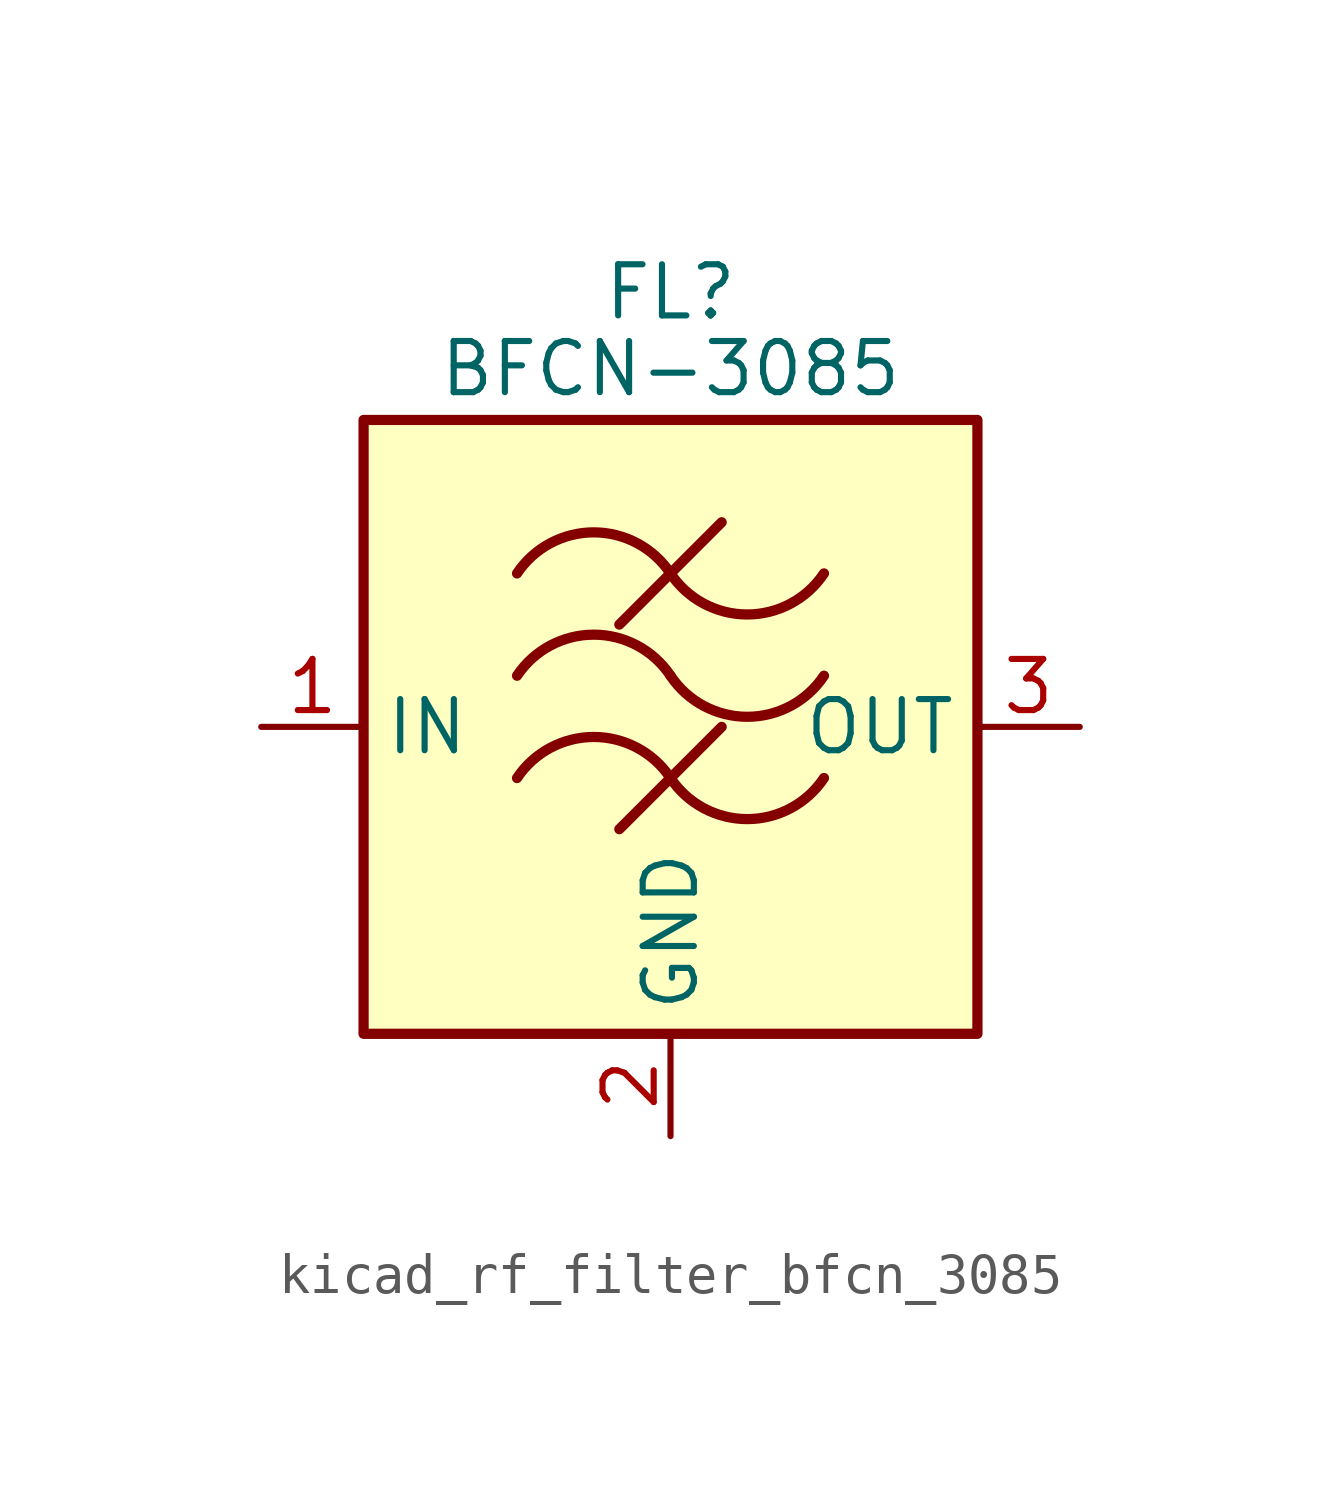
<source format=kicad_sym>
(kicad_symbol_lib
  (version 20220914)
  (generator kicad_symbol_editor)
  (symbol "kicad_rf_filter_bfcn_3085"
    (property "Reference" "FL"
      (at 0 10.795 0)
      (effects (font (size 1.27 1.27))))
    (property "Value" "BFCN-3085"
      (at 0 8.89 0)
      (effects (font (size 1.27 1.27))))
    (symbol "kicad_rf_filter_bfcn_3085_0_1"
      (rectangle (start -7.62 7.62) (end 7.62 -7.62) (stroke (width 0.254) (type default)) (fill (type background)))
      (arc (start 0 -1.27) (mid -1.905 -0.2505) (end -3.81 -1.27) (stroke (width 0.254) (type default)) (fill (type none)))
      (arc (start 0 -1.27) (mid 1.905 -2.2895) (end 3.81 -1.27) (stroke (width 0.254) (type default)) (fill (type none)))
      (polyline (pts (xy -1.27 -2.54) (xy 1.27 0)) (stroke (width 0.254) (type default)) (fill (type none)))
      (polyline (pts (xy -1.27 2.54) (xy 1.27 5.08)) (stroke (width 0.254) (type default)) (fill (type none)))
      (arc (start 0 1.27) (mid -1.905 2.2895) (end -3.81 1.27) (stroke (width 0.254) (type default)) (fill (type none)))
      (arc (start 0 1.27) (mid 1.905 0.2505) (end 3.81 1.27) (stroke (width 0.254) (type default)) (fill (type none)))
      (arc (start 0 3.81) (mid -1.905 4.8295) (end -3.81 3.81) (stroke (width 0.254) (type default)) (fill (type none)))
      (arc (start 0 3.81) (mid 1.905 2.7905) (end 3.81 3.81) (stroke (width 0.254) (type default)) (fill (type none))))
    (symbol "kicad_rf_filter_bfcn_3085_1_1"
      (pin passive line (at -10.16 0 0) (length 2.54) (name "IN" (effects (font (size 1.27 1.27)))) (number "1" (effects (font (size 1.27 1.27)))))
      (pin passive line (at 0 -10.16 90) (length 2.54) (name "GND" (effects (font (size 1.27 1.27)))) (number "2" (effects (font (size 1.27 1.27)))))
      (pin passive line (at 10.16 0 180) (length 2.54) (name "OUT" (effects (font (size 1.27 1.27)))) (number "3" (effects (font (size 1.27 1.27)))))
      (pin passive line (at 0 -10.16 90) (length 2.54) hide (name "GND" (effects (font (size 1.27 1.27)))) (number "4" (effects (font (size 1.27 1.27))))))))
</source>
